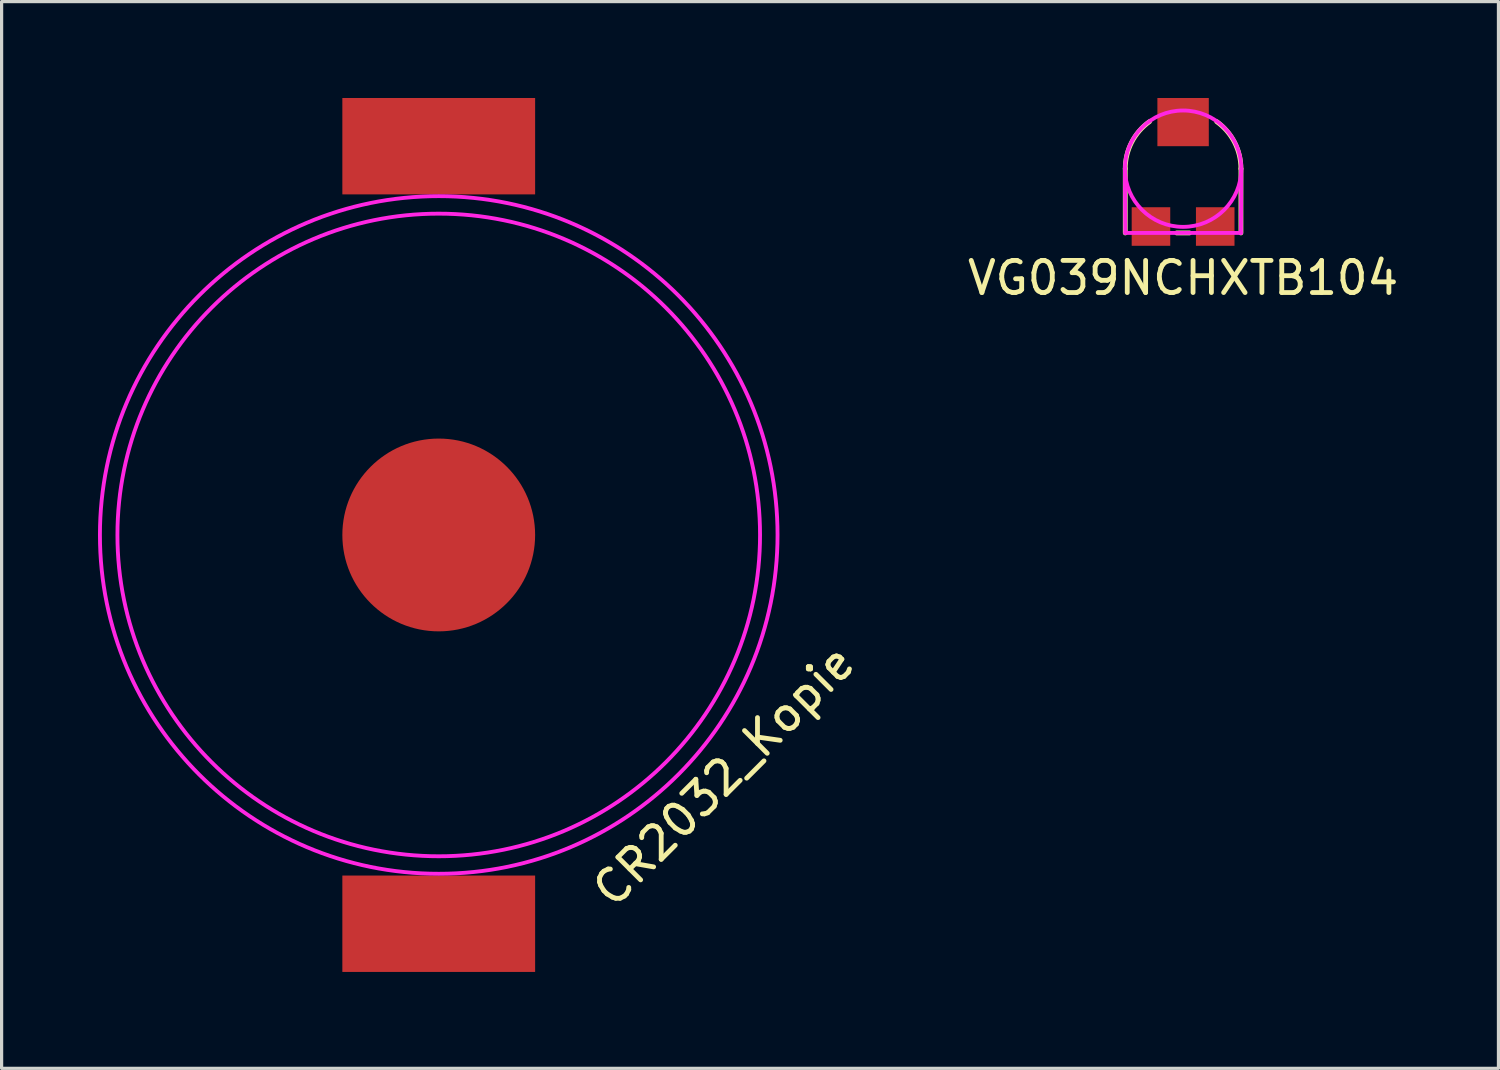
<source format=kicad_pcb>
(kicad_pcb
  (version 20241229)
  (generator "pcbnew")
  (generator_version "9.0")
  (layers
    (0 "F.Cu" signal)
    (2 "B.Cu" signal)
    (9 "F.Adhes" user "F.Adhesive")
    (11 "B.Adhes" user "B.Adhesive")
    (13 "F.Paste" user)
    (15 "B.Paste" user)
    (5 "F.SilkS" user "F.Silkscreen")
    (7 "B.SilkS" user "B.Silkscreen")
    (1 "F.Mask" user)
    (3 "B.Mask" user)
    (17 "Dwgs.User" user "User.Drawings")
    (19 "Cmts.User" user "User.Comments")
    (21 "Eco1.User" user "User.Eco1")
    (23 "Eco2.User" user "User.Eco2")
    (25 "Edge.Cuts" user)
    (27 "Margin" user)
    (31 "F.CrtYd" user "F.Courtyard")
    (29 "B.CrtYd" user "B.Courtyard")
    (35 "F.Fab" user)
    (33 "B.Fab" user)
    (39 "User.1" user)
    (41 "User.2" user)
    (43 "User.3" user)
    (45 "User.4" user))
  (footprint "VG039NCHXTB104"
    (layer "F.Cu")
    (at 33.772 2.2)
    (property "Reference" "VG039NCHXTB104" (at 0 3.4 0) (layer "F.SilkS") (effects (font (size 1 1) (thickness 0.15))))
    (attr through_hole)
    (fp_line (start -1.8 0) (end -1.8 2) (stroke (width 0.15) (type solid)) (layer "F.SilkS"))
    (fp_line (start 0.2 2) (end -0.2 2) (stroke (width 0.15) (type solid)) (layer "F.SilkS"))
    (fp_line (start 1.8 0) (end 1.8 2) (stroke (width 0.15) (type solid)) (layer "F.SilkS"))
    (fp_arc (start -1.8 0) (mid -1.600231 -0.824173) (end -1.045265 -1.465408) (stroke (width 0.15) (type solid)) (layer "F.SilkS"))
    (fp_arc (start 1.046229 -1.46472) (mid 1.600502 -0.823647) (end 1.8 0) (stroke (width 0.15) (type solid)) (layer "F.SilkS"))
    (fp_line (start -1.811 0) (end -1.8 2) (stroke (width 0.12) (type solid)) (layer "F.CrtYd"))
    (fp_line (start -1.8 0) (end -1.811 0) (stroke (width 0.12) (type solid)) (layer "F.CrtYd"))
    (fp_line (start -1.8 2) (end 1.8 2) (stroke (width 0.12) (type solid)) (layer "F.CrtYd"))
    (fp_line (start 1.8 2) (end 1.811 0) (stroke (width 0.12) (type solid)) (layer "F.CrtYd"))
    (fp_circle (center 0 0) (end 1.8 0.2) (stroke (width 0.12) (type solid)) (fill no) (layer "F.CrtYd"))
    (pad "1" smd rect (at -1 1.8) (size 1.2 1.2) (layers "F.Cu" "F.Mask" "F.Paste"))
    (pad "2" smd rect (at 0 -1.45) (size 1.6 1.5) (layers "F.Cu" "F.Mask" "F.Paste"))
    (pad "3" smd rect (at 1 1.8) (size 1.2 1.2) (layers "F.Cu" "F.Mask" "F.Paste")))
  (footprint "CR2032_Kopie"
    (layer "F.Cu")
    (at 10.605 13.6)
    (property "Reference" "CR2032_Kopie" (at 8.875 7.5 45) (layer "F.SilkS") (effects (font (size 1 1) (thickness 0.15))))
    (attr through_hole)
    (fp_circle (center 0 0) (end 10 0) (stroke (width 0.12) (type solid)) (fill no) (layer "F.CrtYd"))
    (fp_circle (center 0 0) (end 10.545 0) (stroke (width 0.12) (type solid)) (fill no) (layer "F.CrtYd"))
    (pad "1" smd rect (at 0 -12.1) (size 6 3) (layers "F.Cu" "F.Mask" "F.Paste"))
    (pad "1" smd rect (at 0 12.1) (size 6 3) (layers "F.Cu" "F.Mask" "F.Paste"))
    (pad "2" smd circle (at 0 0) (size 6 6) (layers "F.Cu" "F.Mask" "F.Paste")))
  (gr_rect
    (start -3 -3)
    (end 43.587 30.2)
    (stroke (width 0.1) (type default))
    (fill no)
    (layer "Edge.Cuts")))
</source>
